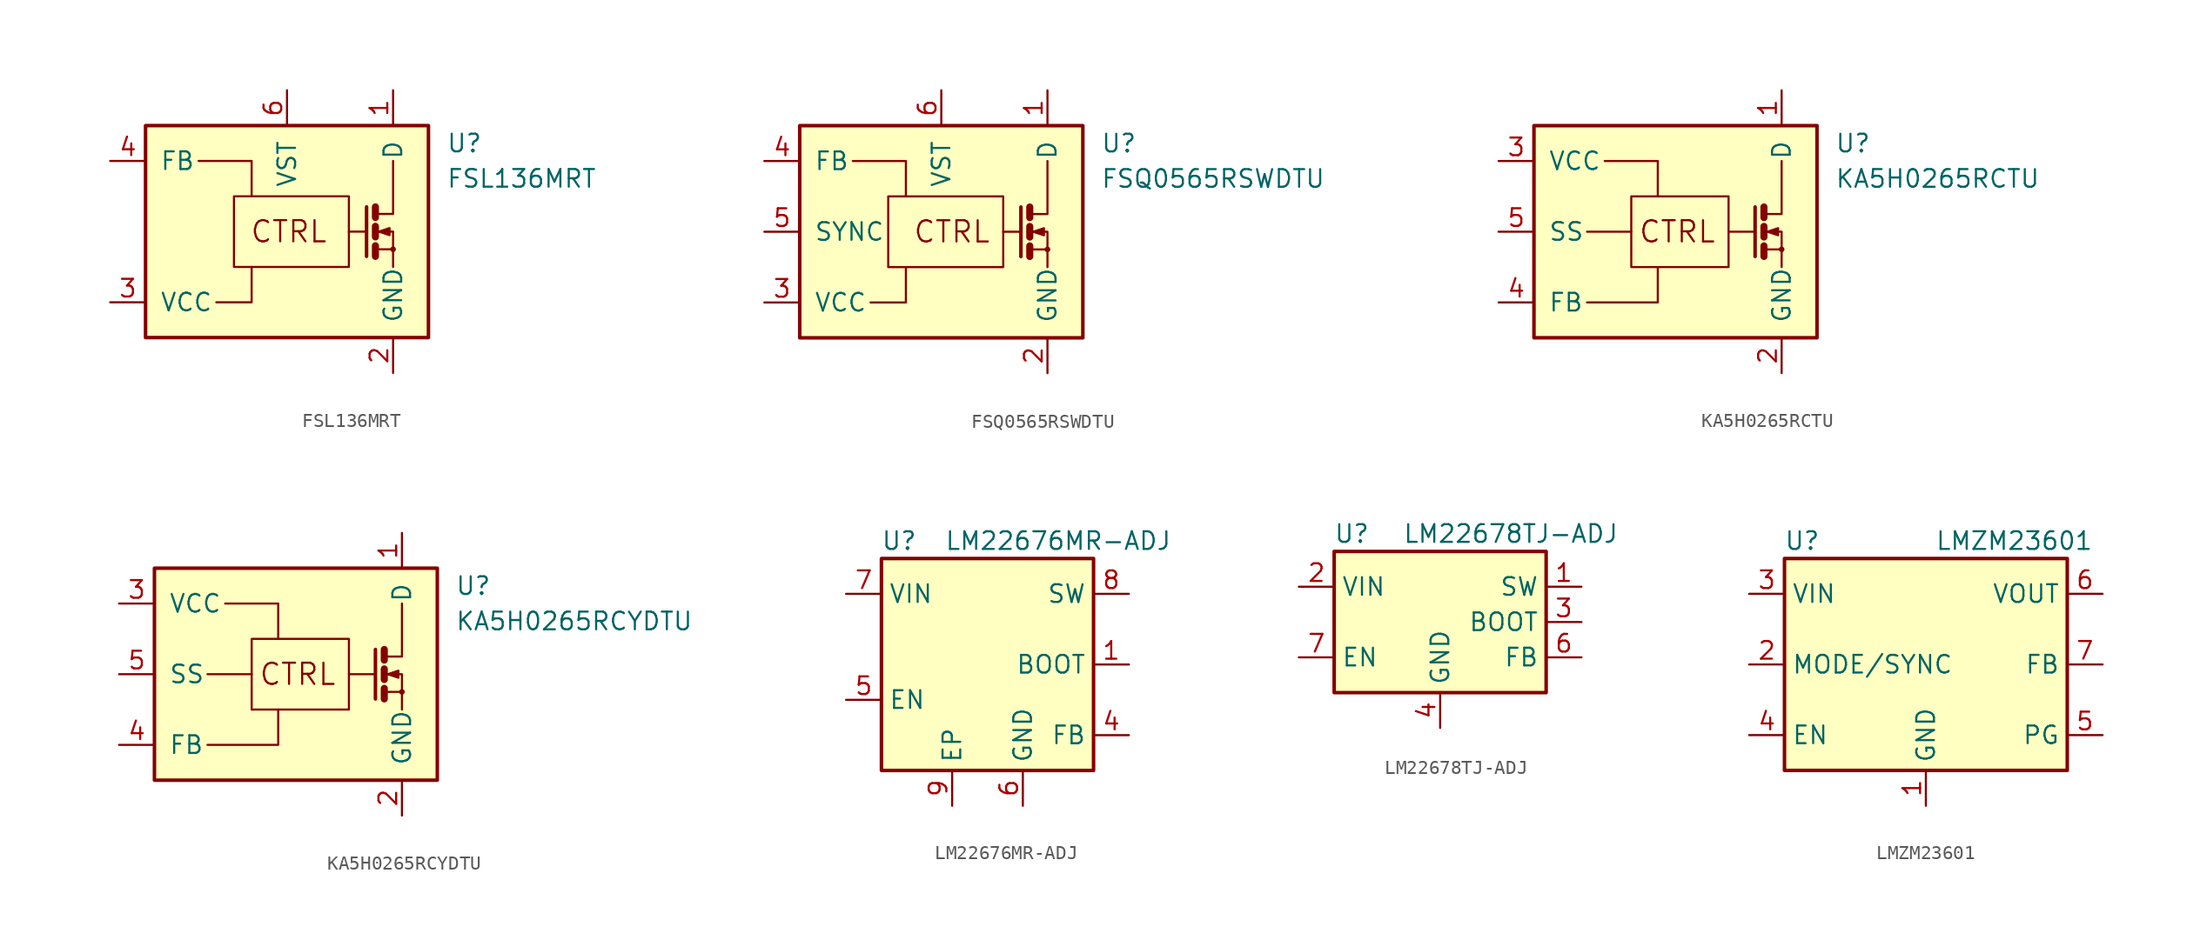
<source format=kicad_sym>
(kicad_symbol_lib
  (version 20201005)
  (generator kicad_symbol_editor)
  (symbol "Regulator_Switching:FSL136MRT"
    (pin_names
      (offset 1.016))
    (property "Reference" "U"
      (at 11.43 6.35 0)
      (effects (font (size 1.27 1.27)) (justify left)))
    (property "Value" "FSL136MRT"
      (at 11.43 3.81 0)
      (effects (font (size 1.27 1.27)) (justify left)))
    (symbol "FSL136MRT_0_0"
      (circle (center 7.62 -1.27) (radius 0.127) (stroke (width 0)) (fill (type none)))
      (text "CTRL" (at 0.127 0 0) (effects (font (size 1.524 1.524))))
      (rectangle (start -3.81 2.54) (end 4.445 -2.54) (stroke (width 0)) (fill (type none)))
      (rectangle (start -10.16 7.62) (end 10.16 -7.62) (stroke (width 0.254)) (fill (type background)))
      (polyline (pts (xy 5.715 1.778) (xy 5.715 -1.778)) (stroke (width 0.254)) (fill (type none)))
      (polyline (pts (xy 6.35 -1.27) (xy 7.62 -1.27)) (stroke (width 0)) (fill (type none)))
      (polyline (pts (xy 6.35 -1.016) (xy 6.35 -1.778)) (stroke (width 0.508)) (fill (type none)))
      (polyline (pts (xy 6.35 0.381) (xy 6.35 -0.381)) (stroke (width 0.508)) (fill (type none)))
      (polyline (pts (xy 6.35 1.778) (xy 6.35 1.016)) (stroke (width 0.508)) (fill (type none)))
      (polyline (pts (xy 6.35 1.27) (xy 7.62 1.27) (xy 7.62 5.08)) (stroke (width 0)) (fill (type none)))
      (polyline (pts (xy 7.62 -2.54) (xy 7.62 0) (xy 6.35 0)) (stroke (width 0)) (fill (type none)))
      (polyline (pts (xy 6.604 0) (xy 7.366 0.254) (xy 7.366 -0.254) (xy 6.604 0)) (stroke (width 0)) (fill (type outline))))
    (symbol "FSL136MRT_0_1"
      (polyline (pts (xy 4.445 0) (xy 5.715 0)) (stroke (width 0)) (fill (type none)))
      (polyline (pts (xy -6.35 5.08) (xy -2.54 5.08) (xy -2.54 2.54)) (stroke (width 0)) (fill (type none)))
      (polyline (pts (xy -5.08 -5.08) (xy -2.54 -5.08) (xy -2.54 -2.54)) (stroke (width 0)) (fill (type none))))
    (symbol "FSL136MRT_1_1"
      (pin passive line (at 7.62 10.16 270) (length 2.54) (name "D" (effects (font (size 1.27 1.27)))) (number "1" (effects (font (size 1.27 1.27)))))
      (pin power_in line (at 7.62 -10.16 90) (length 2.54) (name "GND" (effects (font (size 1.27 1.27)))) (number "2" (effects (font (size 1.27 1.27)))))
      (pin power_in line (at -12.7 -5.08 0) (length 2.54) (name "VCC" (effects (font (size 1.27 1.27)))) (number "3" (effects (font (size 1.27 1.27)))))
      (pin passive line (at -12.7 5.08 0) (length 2.54) (name "FB" (effects (font (size 1.27 1.27)))) (number "4" (effects (font (size 1.27 1.27)))))
      (pin passive line (at 0 10.16 270) (length 2.54) (name "VST" (effects (font (size 1.27 1.27)))) (number "6" (effects (font (size 1.27 1.27)))))))
  (symbol "Regulator_Switching:FSQ0565RSWDTU"
    (pin_names
      (offset 1.016))
    (property "Reference" "U"
      (at 11.43 6.35 0)
      (effects (font (size 1.27 1.27)) (justify left)))
    (property "Value" "FSQ0565RSWDTU"
      (at 11.43 3.81 0)
      (effects (font (size 1.27 1.27)) (justify left)))
    (symbol "FSQ0565RSWDTU_0_0"
      (circle (center 7.62 -1.27) (radius 0.127) (stroke (width 0)) (fill (type none)))
      (text "CTRL" (at 0.762 0 0) (effects (font (size 1.524 1.524))))
      (rectangle (start -3.81 2.54) (end 4.445 -2.54) (stroke (width 0)) (fill (type none)))
      (rectangle (start -10.16 7.62) (end 10.16 -7.62) (stroke (width 0.254)) (fill (type background)))
      (polyline (pts (xy 5.715 1.778) (xy 5.715 -1.778)) (stroke (width 0.254)) (fill (type none)))
      (polyline (pts (xy 6.35 -1.27) (xy 7.62 -1.27)) (stroke (width 0)) (fill (type none)))
      (polyline (pts (xy 6.35 -1.016) (xy 6.35 -1.778)) (stroke (width 0.508)) (fill (type none)))
      (polyline (pts (xy 6.35 0.381) (xy 6.35 -0.381)) (stroke (width 0.508)) (fill (type none)))
      (polyline (pts (xy 6.35 1.778) (xy 6.35 1.016)) (stroke (width 0.508)) (fill (type none)))
      (polyline (pts (xy 6.35 1.27) (xy 7.62 1.27) (xy 7.62 5.08)) (stroke (width 0)) (fill (type none)))
      (polyline (pts (xy 7.62 -1.905) (xy 7.62 -2.54) (xy 7.62 0) (xy 6.35 0)) (stroke (width 0)) (fill (type none)))
      (polyline (pts (xy 6.604 0) (xy 7.366 0.254) (xy 7.366 -0.254) (xy 6.604 0)) (stroke (width 0)) (fill (type outline))))
    (symbol "FSQ0565RSWDTU_0_1"
      (polyline (pts (xy 4.445 0) (xy 5.715 0)) (stroke (width 0)) (fill (type none)))
      (polyline (pts (xy -6.35 5.08) (xy -2.54 5.08) (xy -2.54 2.54)) (stroke (width 0)) (fill (type none)))
      (polyline (pts (xy -5.08 -5.08) (xy -2.54 -5.08) (xy -2.54 -2.54)) (stroke (width 0)) (fill (type none))))
    (symbol "FSQ0565RSWDTU_1_1"
      (pin passive line (at 7.62 10.16 270) (length 2.54) (name "D" (effects (font (size 1.27 1.27)))) (number "1" (effects (font (size 1.27 1.27)))))
      (pin power_in line (at 7.62 -10.16 90) (length 2.54) (name "GND" (effects (font (size 1.27 1.27)))) (number "2" (effects (font (size 1.27 1.27)))))
      (pin power_in line (at -12.7 -5.08 0) (length 2.54) (name "VCC" (effects (font (size 1.27 1.27)))) (number "3" (effects (font (size 1.27 1.27)))))
      (pin passive line (at -12.7 5.08 0) (length 2.54) (name "FB" (effects (font (size 1.27 1.27)))) (number "4" (effects (font (size 1.27 1.27)))))
      (pin passive line (at -12.7 0 0) (length 2.54) (name "SYNC" (effects (font (size 1.27 1.27)))) (number "5" (effects (font (size 1.27 1.27)))))
      (pin passive line (at 0 10.16 270) (length 2.54) (name "VST" (effects (font (size 1.27 1.27)))) (number "6" (effects (font (size 1.27 1.27)))))))
  (symbol "Regulator_Switching:KA5H0265RCTU"
    (pin_names
      (offset 1.016))
    (property "Reference" "U"
      (at 11.43 6.35 0)
      (effects (font (size 1.27 1.27)) (justify left)))
    (property "Value" "KA5H0265RCTU"
      (at 11.43 3.81 0)
      (effects (font (size 1.27 1.27)) (justify left)))
    (symbol "KA5H0265RCTU_0_0"
      (circle (center 7.62 -1.27) (radius 0.127) (stroke (width 0)) (fill (type none)))
      (text "CTRL" (at 0.127 0 0) (effects (font (size 1.524 1.524))))
      (rectangle (start -3.175 2.54) (end 3.81 -2.54) (stroke (width 0)) (fill (type none)))
      (rectangle (start -10.16 7.62) (end 10.16 -7.62) (stroke (width 0.254)) (fill (type background)))
      (polyline (pts (xy -3.175 0) (xy -6.35 0)) (stroke (width 0)) (fill (type none)))
      (polyline (pts (xy 3.81 0) (xy 5.715 0)) (stroke (width 0)) (fill (type none)))
      (polyline (pts (xy 5.715 1.778) (xy 5.715 -1.778)) (stroke (width 0.254)) (fill (type none)))
      (polyline (pts (xy 6.35 -1.27) (xy 7.62 -1.27)) (stroke (width 0)) (fill (type none)))
      (polyline (pts (xy 6.35 -1.016) (xy 6.35 -1.778)) (stroke (width 0.508)) (fill (type none)))
      (polyline (pts (xy 6.35 0.381) (xy 6.35 -0.381)) (stroke (width 0.508)) (fill (type none)))
      (polyline (pts (xy 6.35 1.778) (xy 6.35 1.016)) (stroke (width 0.508)) (fill (type none)))
      (polyline (pts (xy -6.35 -5.08) (xy -1.27 -5.08) (xy -1.27 -2.54)) (stroke (width 0)) (fill (type none)))
      (polyline (pts (xy -1.27 2.54) (xy -1.27 5.08) (xy -5.08 5.08)) (stroke (width 0)) (fill (type none)))
      (polyline (pts (xy 6.35 1.27) (xy 7.62 1.27) (xy 7.62 5.08)) (stroke (width 0)) (fill (type none)))
      (polyline (pts (xy 7.62 -1.905) (xy 7.62 -2.54) (xy 7.62 0) (xy 6.35 0)) (stroke (width 0)) (fill (type none)))
      (polyline (pts (xy 6.604 0) (xy 7.366 0.254) (xy 7.366 -0.254) (xy 6.604 0)) (stroke (width 0)) (fill (type outline))))
    (symbol "KA5H0265RCTU_1_1"
      (pin passive line (at 7.62 10.16 270) (length 2.54) (name "D" (effects (font (size 1.27 1.27)))) (number "1" (effects (font (size 1.27 1.27)))))
      (pin power_in line (at 7.62 -10.16 90) (length 2.54) (name "GND" (effects (font (size 1.27 1.27)))) (number "2" (effects (font (size 1.27 1.27)))))
      (pin power_in line (at -12.7 5.08 0) (length 2.54) (name "VCC" (effects (font (size 1.27 1.27)))) (number "3" (effects (font (size 1.27 1.27)))))
      (pin passive line (at -12.7 -5.08 0) (length 2.54) (name "FB" (effects (font (size 1.27 1.27)))) (number "4" (effects (font (size 1.27 1.27)))))
      (pin passive line (at -12.7 0 0) (length 2.54) (name "SS" (effects (font (size 1.27 1.27)))) (number "5" (effects (font (size 1.27 1.27)))))))
  (symbol "Regulator_Switching:KA5H0265RCYDTU"
    (pin_names
      (offset 1.016))
    (property "Reference" "U"
      (at 11.43 6.35 0)
      (effects (font (size 1.27 1.27)) (justify left)))
    (property "Value" "KA5H0265RCYDTU"
      (at 11.43 3.81 0)
      (effects (font (size 1.27 1.27)) (justify left)))
    (symbol "KA5H0265RCYDTU_0_0"
      (circle (center 7.62 -1.27) (radius 0.127) (stroke (width 0)) (fill (type none)))
      (text "CTRL" (at 0.127 0 0) (effects (font (size 1.524 1.524))))
      (rectangle (start -3.175 2.54) (end 3.81 -2.54) (stroke (width 0)) (fill (type none)))
      (rectangle (start -10.16 7.62) (end 10.16 -7.62) (stroke (width 0.254)) (fill (type background)))
      (polyline (pts (xy -3.175 0) (xy -6.35 0)) (stroke (width 0)) (fill (type none)))
      (polyline (pts (xy 3.81 0) (xy 5.715 0)) (stroke (width 0)) (fill (type none)))
      (polyline (pts (xy 5.715 1.778) (xy 5.715 -1.778)) (stroke (width 0.254)) (fill (type none)))
      (polyline (pts (xy 6.35 -1.27) (xy 7.62 -1.27)) (stroke (width 0)) (fill (type none)))
      (polyline (pts (xy 6.35 -1.016) (xy 6.35 -1.778)) (stroke (width 0.508)) (fill (type none)))
      (polyline (pts (xy 6.35 0.381) (xy 6.35 -0.381)) (stroke (width 0.508)) (fill (type none)))
      (polyline (pts (xy 6.35 1.778) (xy 6.35 1.016)) (stroke (width 0.508)) (fill (type none)))
      (polyline (pts (xy -6.35 -5.08) (xy -1.27 -5.08) (xy -1.27 -2.54)) (stroke (width 0)) (fill (type none)))
      (polyline (pts (xy -1.27 2.54) (xy -1.27 5.08) (xy -5.08 5.08)) (stroke (width 0)) (fill (type none)))
      (polyline (pts (xy 6.35 1.27) (xy 7.62 1.27) (xy 7.62 5.08)) (stroke (width 0)) (fill (type none)))
      (polyline (pts (xy 7.62 -1.905) (xy 7.62 -2.54) (xy 7.62 0) (xy 6.35 0)) (stroke (width 0)) (fill (type none)))
      (polyline (pts (xy 6.604 0) (xy 7.366 0.254) (xy 7.366 -0.254) (xy 6.604 0)) (stroke (width 0)) (fill (type outline))))
    (symbol "KA5H0265RCYDTU_1_1"
      (pin passive line (at 7.62 10.16 270) (length 2.54) (name "D" (effects (font (size 1.27 1.27)))) (number "1" (effects (font (size 1.27 1.27)))))
      (pin power_in line (at 7.62 -10.16 90) (length 2.54) (name "GND" (effects (font (size 1.27 1.27)))) (number "2" (effects (font (size 1.27 1.27)))))
      (pin power_in line (at -12.7 5.08 0) (length 2.54) (name "VCC" (effects (font (size 1.27 1.27)))) (number "3" (effects (font (size 1.27 1.27)))))
      (pin passive line (at -12.7 -5.08 0) (length 2.54) (name "FB" (effects (font (size 1.27 1.27)))) (number "4" (effects (font (size 1.27 1.27)))))
      (pin passive line (at -12.7 0 0) (length 2.54) (name "SS" (effects (font (size 1.27 1.27)))) (number "5" (effects (font (size 1.27 1.27)))))))
  (symbol "Regulator_Switching:LM22676MR-ADJ"
    (property "Reference" "U"
      (at -6.35 8.89 0)
      (effects (font (size 1.27 1.27))))
    (property "Value" "LM22676MR-ADJ"
      (at 5.08 8.89 0)
      (effects (font (size 1.27 1.27))))
    (symbol "LM22676MR-ADJ_0_1"
      (rectangle (start -7.62 7.62) (end 7.62 -7.62) (stroke (width 0.254)) (fill (type background))))
    (symbol "LM22676MR-ADJ_1_1"
      (pin input line (at 10.16 0 180) (length 2.54) (name "BOOT" (effects (font (size 1.27 1.27)))) (number "1" (effects (font (size 1.27 1.27)))))
      (pin no_connect line (at -7.62 2.54 0) (length 2.54) hide (name "NC" (effects (font (size 1.27 1.27)))) (number "2" (effects (font (size 1.27 1.27)))))
      (pin no_connect line (at -7.62 0 0) (length 2.54) hide (name "NC" (effects (font (size 1.27 1.27)))) (number "3" (effects (font (size 1.27 1.27)))))
      (pin input line (at 10.16 -5.08 180) (length 2.54) (name "FB" (effects (font (size 1.27 1.27)))) (number "4" (effects (font (size 1.27 1.27)))))
      (pin input line (at -10.16 -2.54 0) (length 2.54) (name "EN" (effects (font (size 1.27 1.27)))) (number "5" (effects (font (size 1.27 1.27)))))
      (pin power_in line (at 2.54 -10.16 90) (length 2.54) (name "GND" (effects (font (size 1.27 1.27)))) (number "6" (effects (font (size 1.27 1.27)))))
      (pin power_in line (at -10.16 5.08 0) (length 2.54) (name "VIN" (effects (font (size 1.27 1.27)))) (number "7" (effects (font (size 1.27 1.27)))))
      (pin power_out line (at 10.16 5.08 180) (length 2.54) (name "SW" (effects (font (size 1.27 1.27)))) (number "8" (effects (font (size 1.27 1.27)))))
      (pin power_in line (at -2.54 -10.16 90) (length 2.54) (name "EP" (effects (font (size 1.27 1.27)))) (number "9" (effects (font (size 1.27 1.27)))))))
  (symbol "Regulator_Switching:LM22678TJ-ADJ"
    (property "Reference" "U"
      (at -6.35 6.35 0)
      (effects (font (size 1.27 1.27))))
    (property "Value" "LM22678TJ-ADJ"
      (at 5.08 6.35 0)
      (effects (font (size 1.27 1.27))))
    (symbol "LM22678TJ-ADJ_0_1"
      (rectangle (start -7.62 5.08) (end 7.62 -5.08) (stroke (width 0.254)) (fill (type background))))
    (symbol "LM22678TJ-ADJ_1_1"
      (pin power_out line (at 10.16 2.54 180) (length 2.54) (name "SW" (effects (font (size 1.27 1.27)))) (number "1" (effects (font (size 1.27 1.27)))))
      (pin power_in line (at -10.16 2.54 0) (length 2.54) (name "VIN" (effects (font (size 1.27 1.27)))) (number "2" (effects (font (size 1.27 1.27)))))
      (pin passive line (at 10.16 0 180) (length 2.54) (name "BOOT" (effects (font (size 1.27 1.27)))) (number "3" (effects (font (size 1.27 1.27)))))
      (pin power_in line (at 0 -7.62 90) (length 2.54) (name "GND" (effects (font (size 1.27 1.27)))) (number "4" (effects (font (size 1.27 1.27)))))
      (pin no_connect line (at -7.62 0 0) (length 2.54) hide (name "NC" (effects (font (size 1.27 1.27)))) (number "5" (effects (font (size 1.27 1.27)))))
      (pin input line (at 10.16 -2.54 180) (length 2.54) (name "FB" (effects (font (size 1.27 1.27)))) (number "6" (effects (font (size 1.27 1.27)))))
      (pin input line (at -10.16 -2.54 0) (length 2.54) (name "EN" (effects (font (size 1.27 1.27)))) (number "7" (effects (font (size 1.27 1.27)))))
      (pin passive line (at 0 -7.62 90) (length 2.54) hide (name "GND" (effects (font (size 1.27 1.27)))) (number "8" (effects (font (size 1.27 1.27)))))))
  (symbol "Regulator_Switching:LMZM23601"
    (property "Reference" "U"
      (at -8.89 8.89 0)
      (effects (font (size 1.27 1.27))))
    (property "Value" "LMZM23601"
      (at 6.35 8.89 0)
      (effects (font (size 1.27 1.27))))
    (symbol "LMZM23601_0_1"
      (rectangle (start -10.16 7.62) (end 10.16 -7.62) (stroke (width 0.254)) (fill (type background))))
    (symbol "LMZM23601_1_1"
      (pin power_in line (at 0 -10.16 90) (length 2.54) (name "GND" (effects (font (size 1.27 1.27)))) (number "1" (effects (font (size 1.27 1.27)))))
      (pin no_connect line (at -2.54 -7.62 90) (length 2.54) hide (name "~" (effects (font (size 1.27 1.27)))) (number "10" (effects (font (size 1.27 1.27)))))
      (pin passive line (at 0 -10.16 90) (length 2.54) hide (name "GND" (effects (font (size 1.27 1.27)))) (number "11" (effects (font (size 1.27 1.27)))))
      (pin input line (at -12.7 0 0) (length 2.54) (name "MODE/SYNC" (effects (font (size 1.27 1.27)))) (number "2" (effects (font (size 1.27 1.27)))))
      (pin power_in line (at -12.7 5.08 0) (length 2.54) (name "VIN" (effects (font (size 1.27 1.27)))) (number "3" (effects (font (size 1.27 1.27)))))
      (pin input line (at -12.7 -5.08 0) (length 2.54) (name "EN" (effects (font (size 1.27 1.27)))) (number "4" (effects (font (size 1.27 1.27)))))
      (pin open_collector line (at 12.7 -5.08 180) (length 2.54) (name "PG" (effects (font (size 1.27 1.27)))) (number "5" (effects (font (size 1.27 1.27)))))
      (pin power_out line (at 12.7 5.08 180) (length 2.54) (name "VOUT" (effects (font (size 1.27 1.27)))) (number "6" (effects (font (size 1.27 1.27)))))
      (pin input line (at 12.7 0 180) (length 2.54) (name "FB" (effects (font (size 1.27 1.27)))) (number "7" (effects (font (size 1.27 1.27)))))
      (pin no_connect line (at 5.08 -7.62 90) (length 2.54) hide (name "~" (effects (font (size 1.27 1.27)))) (number "8" (effects (font (size 1.27 1.27)))))
      (pin no_connect line (at 2.54 -7.62 90) (length 2.54) hide (name "~" (effects (font (size 1.27 1.27)))) (number "9" (effects (font (size 1.27 1.27))))))))
</source>
